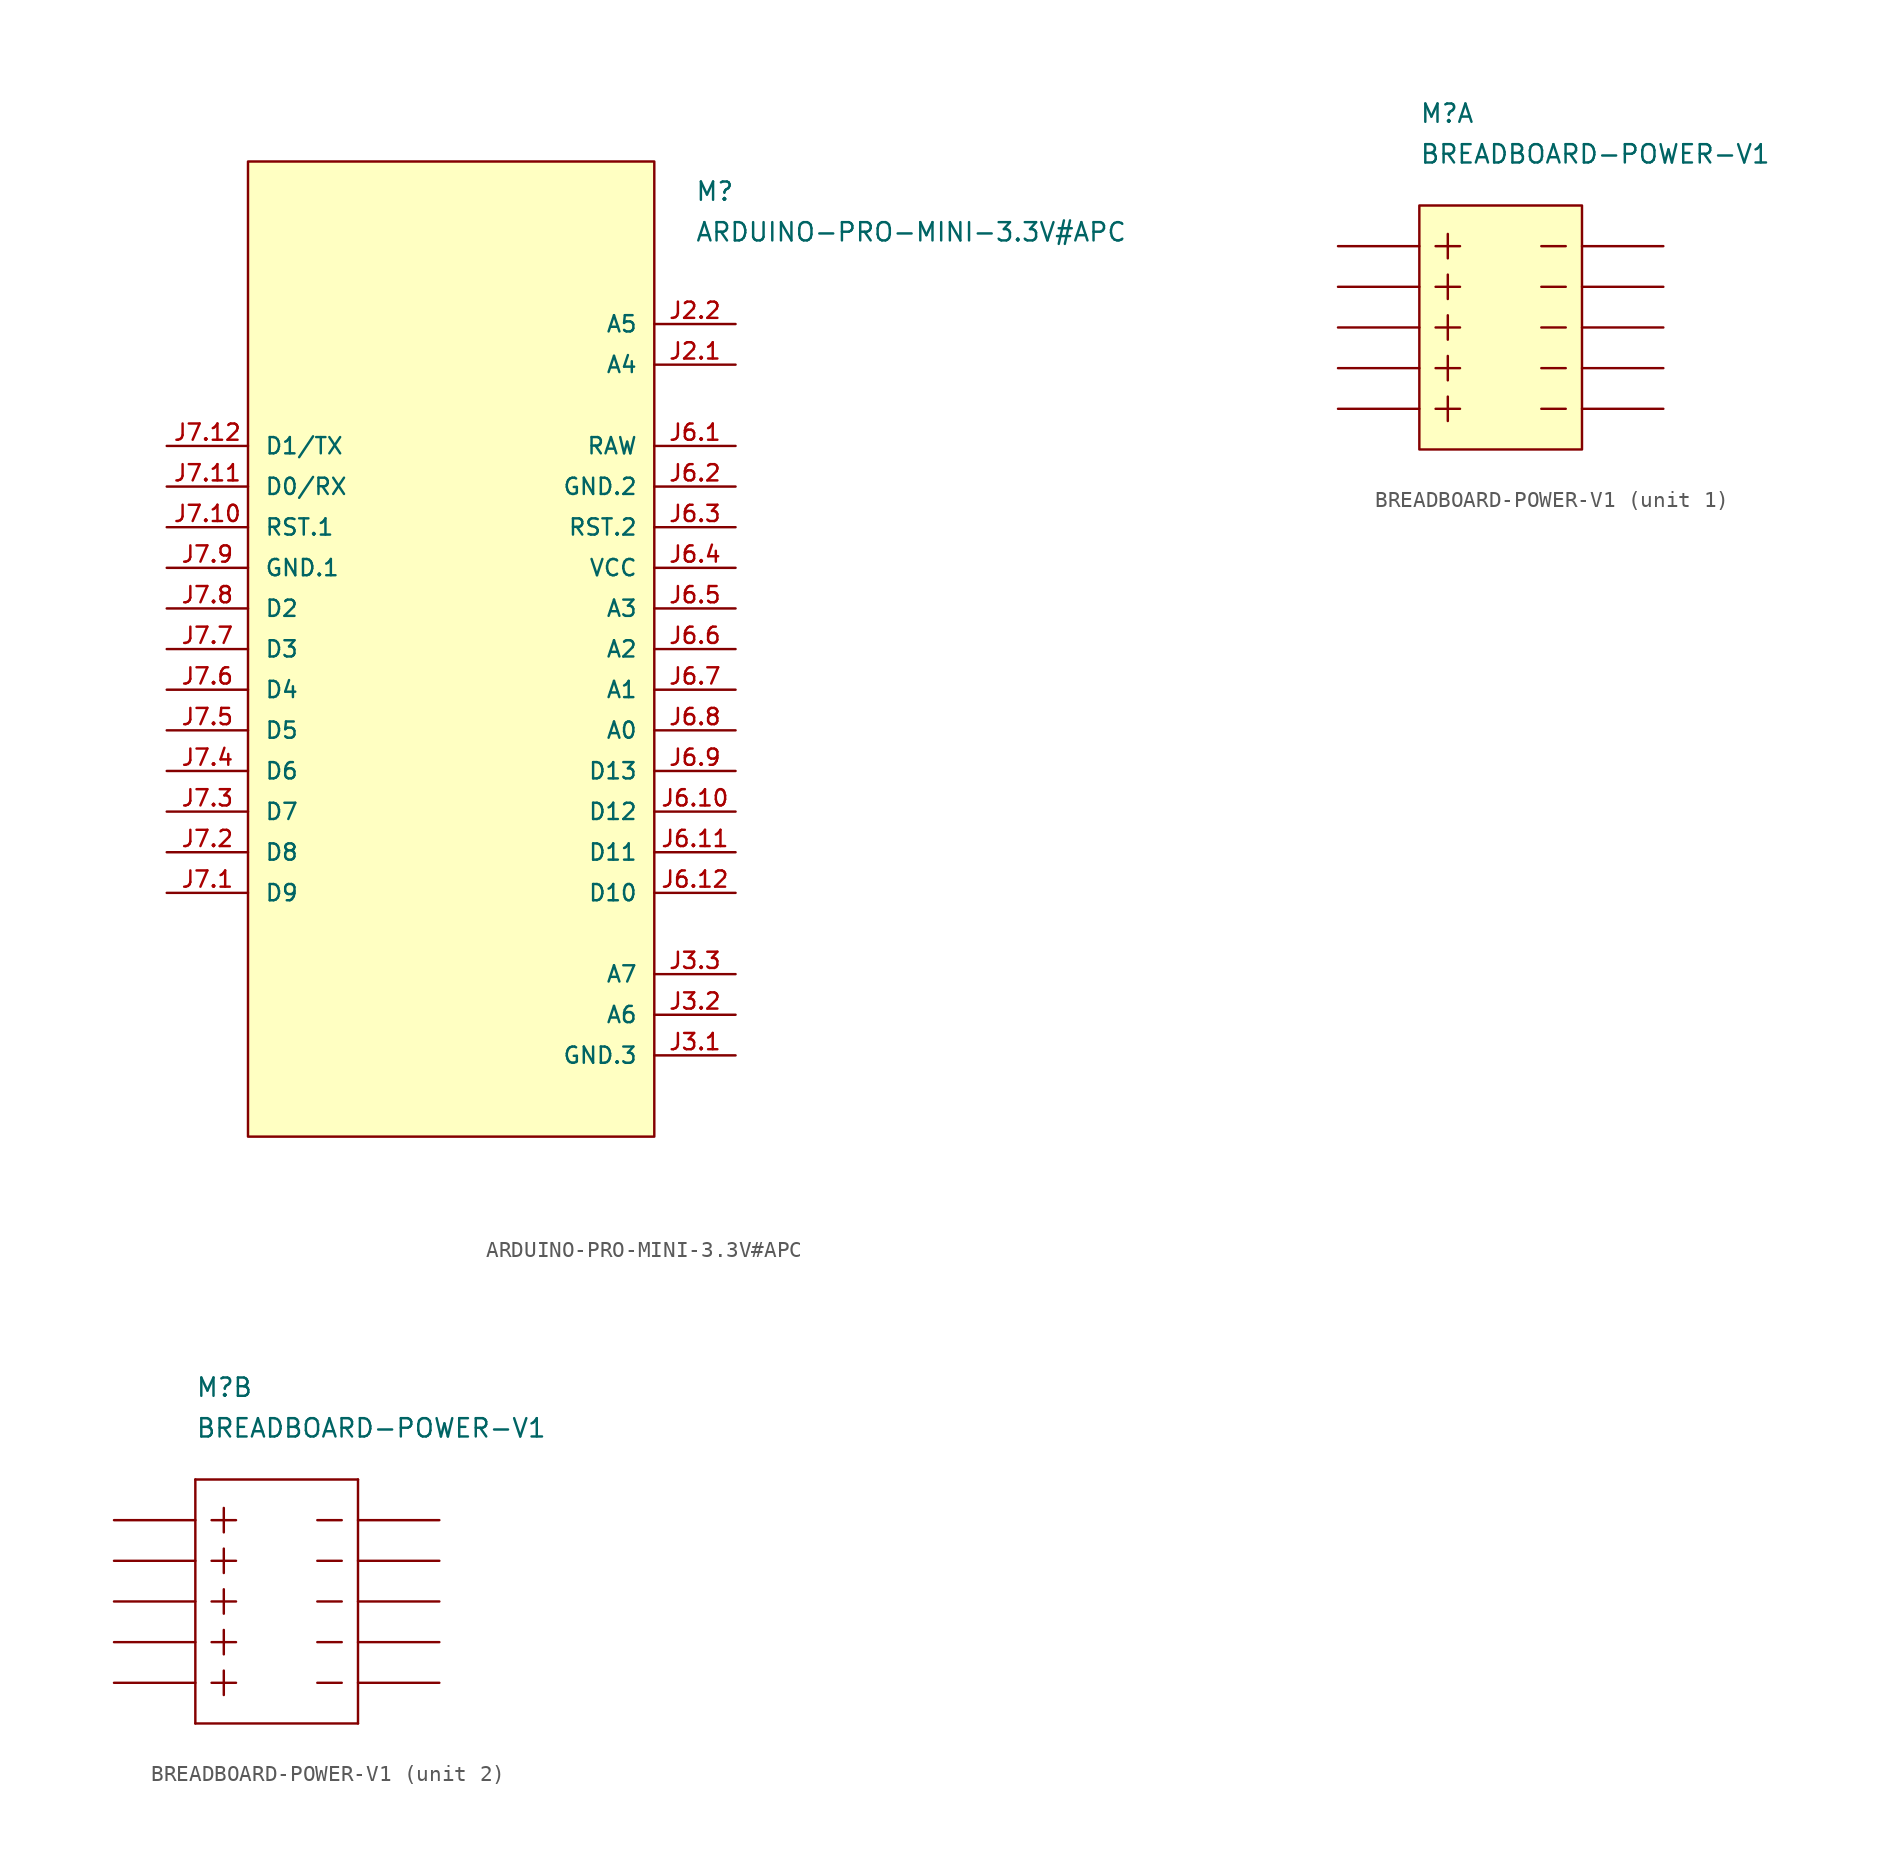
<source format=kicad_sym>
(kicad_symbol_lib
  (version 20211014)
  (generator kicad_symbol_editor)
  (symbol "ARDUINO-PRO-MINI-3.3V#APC"
    (pin_names
      (offset 1.016))
    (property "Reference" "M"
      (at 15.24 27.94 0)
      (effects (font (size 1.143 1.143)) (justify left bottom)))
    (property "Value" "ARDUINO-PRO-MINI-3.3V#APC"
      (at 15.24 25.4 0)
      (effects (font (size 1.143 1.143)) (justify left bottom)))
    (property "ki_locked" ""
      (at 0 0 0)
      (effects (font (size 1.27 1.27))))
    (symbol "ARDUINO-PRO-MINI-3.3V#APC_1_1"
      (rectangle (start -12.7 30.48) (end 12.7 -30.48) (stroke (width 0) (type default) (color 0 0 0 0)) (fill (type background)))
      (pin bidirectional line (at 17.78 17.78 180) (length 5.08) (name "A4" (effects (font (size 1.016 1.016)))) (number "J2.1" (effects (font (size 1.016 1.016)))))
      (pin bidirectional line (at 17.78 20.32 180) (length 5.08) (name "A5" (effects (font (size 1.016 1.016)))) (number "J2.2" (effects (font (size 1.016 1.016)))))
      (pin bidirectional line (at 17.78 -25.4 180) (length 5.08) (name "GND.3" (effects (font (size 1.016 1.016)))) (number "J3.1" (effects (font (size 1.016 1.016)))))
      (pin bidirectional line (at 17.78 -22.86 180) (length 5.08) (name "A6" (effects (font (size 1.016 1.016)))) (number "J3.2" (effects (font (size 1.016 1.016)))))
      (pin bidirectional line (at 17.78 -20.32 180) (length 5.08) (name "A7" (effects (font (size 1.016 1.016)))) (number "J3.3" (effects (font (size 1.016 1.016)))))
      (pin power_in line (at 17.78 12.7 180) (length 5.08) (name "RAW" (effects (font (size 1.016 1.016)))) (number "J6.1" (effects (font (size 1.016 1.016)))))
      (pin bidirectional line (at 17.78 -10.16 180) (length 5.08) (name "D12" (effects (font (size 1.016 1.016)))) (number "J6.10" (effects (font (size 1.016 1.016)))))
      (pin bidirectional line (at 17.78 -12.7 180) (length 5.08) (name "D11" (effects (font (size 1.016 1.016)))) (number "J6.11" (effects (font (size 1.016 1.016)))))
      (pin bidirectional line (at 17.78 -15.24 180) (length 5.08) (name "D10" (effects (font (size 1.016 1.016)))) (number "J6.12" (effects (font (size 1.016 1.016)))))
      (pin power_in line (at 17.78 10.16 180) (length 5.08) (name "GND.2" (effects (font (size 1.016 1.016)))) (number "J6.2" (effects (font (size 1.016 1.016)))))
      (pin bidirectional line (at 17.78 7.62 180) (length 5.08) (name "RST.2" (effects (font (size 1.016 1.016)))) (number "J6.3" (effects (font (size 1.016 1.016)))))
      (pin power_in line (at 17.78 5.08 180) (length 5.08) (name "VCC" (effects (font (size 1.016 1.016)))) (number "J6.4" (effects (font (size 1.016 1.016)))))
      (pin bidirectional line (at 17.78 2.54 180) (length 5.08) (name "A3" (effects (font (size 1.016 1.016)))) (number "J6.5" (effects (font (size 1.016 1.016)))))
      (pin bidirectional line (at 17.78 0 180) (length 5.08) (name "A2" (effects (font (size 1.016 1.016)))) (number "J6.6" (effects (font (size 1.016 1.016)))))
      (pin bidirectional line (at 17.78 -2.54 180) (length 5.08) (name "A1" (effects (font (size 1.016 1.016)))) (number "J6.7" (effects (font (size 1.016 1.016)))))
      (pin bidirectional line (at 17.78 -5.08 180) (length 5.08) (name "A0" (effects (font (size 1.016 1.016)))) (number "J6.8" (effects (font (size 1.016 1.016)))))
      (pin bidirectional line (at 17.78 -7.62 180) (length 5.08) (name "D13" (effects (font (size 1.016 1.016)))) (number "J6.9" (effects (font (size 1.016 1.016)))))
      (pin bidirectional line (at -17.78 -15.24 0) (length 5.08) (name "D9" (effects (font (size 1.016 1.016)))) (number "J7.1" (effects (font (size 1.016 1.016)))))
      (pin bidirectional line (at -17.78 7.62 0) (length 5.08) (name "RST.1" (effects (font (size 1.016 1.016)))) (number "J7.10" (effects (font (size 1.016 1.016)))))
      (pin bidirectional line (at -17.78 10.16 0) (length 5.08) (name "D0/RX" (effects (font (size 1.016 1.016)))) (number "J7.11" (effects (font (size 1.016 1.016)))))
      (pin bidirectional line (at -17.78 12.7 0) (length 5.08) (name "D1/TX" (effects (font (size 1.016 1.016)))) (number "J7.12" (effects (font (size 1.016 1.016)))))
      (pin bidirectional line (at -17.78 -12.7 0) (length 5.08) (name "D8" (effects (font (size 1.016 1.016)))) (number "J7.2" (effects (font (size 1.016 1.016)))))
      (pin bidirectional line (at -17.78 -10.16 0) (length 5.08) (name "D7" (effects (font (size 1.016 1.016)))) (number "J7.3" (effects (font (size 1.016 1.016)))))
      (pin bidirectional line (at -17.78 -7.62 0) (length 5.08) (name "D6" (effects (font (size 1.016 1.016)))) (number "J7.4" (effects (font (size 1.016 1.016)))))
      (pin bidirectional line (at -17.78 -5.08 0) (length 5.08) (name "D5" (effects (font (size 1.016 1.016)))) (number "J7.5" (effects (font (size 1.016 1.016)))))
      (pin bidirectional line (at -17.78 -2.54 0) (length 5.08) (name "D4" (effects (font (size 1.016 1.016)))) (number "J7.6" (effects (font (size 1.016 1.016)))))
      (pin bidirectional line (at -17.78 0 0) (length 5.08) (name "D3" (effects (font (size 1.016 1.016)))) (number "J7.7" (effects (font (size 1.016 1.016)))))
      (pin bidirectional line (at -17.78 2.54 0) (length 5.08) (name "D2" (effects (font (size 1.016 1.016)))) (number "J7.8" (effects (font (size 1.016 1.016)))))
      (pin power_in line (at -17.78 5.08 0) (length 5.08) (name "GND.1" (effects (font (size 1.016 1.016)))) (number "J7.9" (effects (font (size 1.016 1.016)))))))
  (symbol "BREADBOARD-POWER-V1"
    (pin_numbers hide)
    (pin_names
      (offset 1.016) hide)
    (property "Reference" "M"
      (at -5.08 12.7 0)
      (effects (font (size 1.143 1.143)) (justify left bottom)))
    (property "Value" "BREADBOARD-POWER-V1"
      (at -5.08 10.16 0)
      (effects (font (size 1.143 1.143)) (justify left bottom)))
    (property "ki_locked" ""
      (at 0 0 0)
      (effects (font (size 1.27 1.27))))
    (symbol "BREADBOARD-POWER-V1_1_0"
      (rectangle (start -5.08 7.62) (end 5.08 -7.62) (stroke (width 0) (type default) (color 0 0 0 0)) (fill (type background)))
      (polyline (pts (xy -3.302 -5.842) (xy -3.302 -4.318)) (stroke (width 0) (type default) (color 0 0 0 0)) (fill (type none)))
      (polyline (pts (xy -3.302 -3.302) (xy -3.302 -1.778)) (stroke (width 0) (type default) (color 0 0 0 0)) (fill (type none)))
      (polyline (pts (xy -3.302 -0.762) (xy -3.302 0.762)) (stroke (width 0) (type default) (color 0 0 0 0)) (fill (type none)))
      (polyline (pts (xy -3.302 1.778) (xy -3.302 3.302)) (stroke (width 0) (type default) (color 0 0 0 0)) (fill (type none)))
      (polyline (pts (xy -3.302 4.318) (xy -3.302 5.842)) (stroke (width 0) (type default) (color 0 0 0 0)) (fill (type none)))
      (polyline (pts (xy -2.54 -5.08) (xy -4.064 -5.08)) (stroke (width 0) (type default) (color 0 0 0 0)) (fill (type none)))
      (polyline (pts (xy -2.54 -2.54) (xy -4.064 -2.54)) (stroke (width 0) (type default) (color 0 0 0 0)) (fill (type none)))
      (polyline (pts (xy -2.54 0) (xy -4.064 0)) (stroke (width 0) (type default) (color 0 0 0 0)) (fill (type none)))
      (polyline (pts (xy -2.54 2.54) (xy -4.064 2.54)) (stroke (width 0) (type default) (color 0 0 0 0)) (fill (type none)))
      (polyline (pts (xy -2.54 5.08) (xy -4.064 5.08)) (stroke (width 0) (type default) (color 0 0 0 0)) (fill (type none)))
      (polyline (pts (xy 2.54 -5.08) (xy 4.064 -5.08)) (stroke (width 0) (type default) (color 0 0 0 0)) (fill (type none)))
      (polyline (pts (xy 2.54 -2.54) (xy 4.064 -2.54)) (stroke (width 0) (type default) (color 0 0 0 0)) (fill (type none)))
      (polyline (pts (xy 2.54 0) (xy 4.064 0)) (stroke (width 0) (type default) (color 0 0 0 0)) (fill (type none)))
      (polyline (pts (xy 2.54 2.54) (xy 4.064 2.54)) (stroke (width 0) (type default) (color 0 0 0 0)) (fill (type none)))
      (polyline (pts (xy 2.54 5.08) (xy 4.064 5.08)) (stroke (width 0) (type default) (color 0 0 0 0)) (fill (type none))))
    (symbol "BREADBOARD-POWER-V1_1_1"
      (pin bidirectional line (at 10.16 5.08 180) (length 5.08) (name "M.1" (effects (font (size 1.016 1.016)))) (number "A.M.1" (effects (font (size 1.016 1.016)))))
      (pin bidirectional line (at 10.16 2.54 180) (length 5.08) (name "M.2" (effects (font (size 1.016 1.016)))) (number "A.M.2" (effects (font (size 1.016 1.016)))))
      (pin bidirectional line (at 10.16 0 180) (length 5.08) (name "M.3" (effects (font (size 1.016 1.016)))) (number "A.M.3" (effects (font (size 1.016 1.016)))))
      (pin bidirectional line (at 10.16 -2.54 180) (length 5.08) (name "M.4" (effects (font (size 1.016 1.016)))) (number "A.M.4" (effects (font (size 1.016 1.016)))))
      (pin bidirectional line (at 10.16 -5.08 180) (length 5.08) (name "M.5" (effects (font (size 1.016 1.016)))) (number "A.M.5" (effects (font (size 1.016 1.016)))))
      (pin bidirectional line (at -10.16 5.08 0) (length 5.08) (name "P.1" (effects (font (size 1.016 1.016)))) (number "A.P.1" (effects (font (size 1.016 1.016)))))
      (pin bidirectional line (at -10.16 2.54 0) (length 5.08) (name "P.2" (effects (font (size 1.016 1.016)))) (number "A.P.2" (effects (font (size 1.016 1.016)))))
      (pin bidirectional line (at -10.16 0 0) (length 5.08) (name "P.3" (effects (font (size 1.016 1.016)))) (number "A.P.3" (effects (font (size 1.016 1.016)))))
      (pin bidirectional line (at -10.16 -2.54 0) (length 5.08) (name "P.4" (effects (font (size 1.016 1.016)))) (number "A.P.4" (effects (font (size 1.016 1.016)))))
      (pin bidirectional line (at -10.16 -5.08 0) (length 5.08) (name "P.5" (effects (font (size 1.016 1.016)))) (number "A.P.5" (effects (font (size 1.016 1.016))))))
    (symbol "BREADBOARD-POWER-V1_2_0"
      (polyline (pts (xy -5.08 -7.62) (xy 5.08 -7.62)) (stroke (width 0) (type default) (color 0 0 0 0)) (fill (type none)))
      (polyline (pts (xy -5.08 7.62) (xy -5.08 -7.62)) (stroke (width 0) (type default) (color 0 0 0 0)) (fill (type none)))
      (polyline (pts (xy -3.302 -5.842) (xy -3.302 -4.318)) (stroke (width 0) (type default) (color 0 0 0 0)) (fill (type none)))
      (polyline (pts (xy -3.302 -3.302) (xy -3.302 -1.778)) (stroke (width 0) (type default) (color 0 0 0 0)) (fill (type none)))
      (polyline (pts (xy -3.302 -0.762) (xy -3.302 0.762)) (stroke (width 0) (type default) (color 0 0 0 0)) (fill (type none)))
      (polyline (pts (xy -3.302 1.778) (xy -3.302 3.302)) (stroke (width 0) (type default) (color 0 0 0 0)) (fill (type none)))
      (polyline (pts (xy -3.302 4.318) (xy -3.302 5.842)) (stroke (width 0) (type default) (color 0 0 0 0)) (fill (type none)))
      (polyline (pts (xy -2.54 -5.08) (xy -4.064 -5.08)) (stroke (width 0) (type default) (color 0 0 0 0)) (fill (type none)))
      (polyline (pts (xy -2.54 -2.54) (xy -4.064 -2.54)) (stroke (width 0) (type default) (color 0 0 0 0)) (fill (type none)))
      (polyline (pts (xy -2.54 0) (xy -4.064 0)) (stroke (width 0) (type default) (color 0 0 0 0)) (fill (type none)))
      (polyline (pts (xy -2.54 2.54) (xy -4.064 2.54)) (stroke (width 0) (type default) (color 0 0 0 0)) (fill (type none)))
      (polyline (pts (xy -2.54 5.08) (xy -4.064 5.08)) (stroke (width 0) (type default) (color 0 0 0 0)) (fill (type none)))
      (polyline (pts (xy 2.54 -5.08) (xy 4.064 -5.08)) (stroke (width 0) (type default) (color 0 0 0 0)) (fill (type none)))
      (polyline (pts (xy 2.54 -2.54) (xy 4.064 -2.54)) (stroke (width 0) (type default) (color 0 0 0 0)) (fill (type none)))
      (polyline (pts (xy 2.54 0) (xy 4.064 0)) (stroke (width 0) (type default) (color 0 0 0 0)) (fill (type none)))
      (polyline (pts (xy 2.54 2.54) (xy 4.064 2.54)) (stroke (width 0) (type default) (color 0 0 0 0)) (fill (type none)))
      (polyline (pts (xy 2.54 5.08) (xy 4.064 5.08)) (stroke (width 0) (type default) (color 0 0 0 0)) (fill (type none)))
      (polyline (pts (xy 5.08 -7.62) (xy 5.08 7.62)) (stroke (width 0) (type default) (color 0 0 0 0)) (fill (type none)))
      (polyline (pts (xy 5.08 7.62) (xy -5.08 7.62)) (stroke (width 0) (type default) (color 0 0 0 0)) (fill (type none))))
    (symbol "BREADBOARD-POWER-V1_2_1"
      (pin bidirectional line (at 10.16 5.08 180) (length 5.08) (name "M.1" (effects (font (size 1.016 1.016)))) (number "B.M.1" (effects (font (size 1.016 1.016)))))
      (pin bidirectional line (at 10.16 2.54 180) (length 5.08) (name "M.2" (effects (font (size 1.016 1.016)))) (number "B.M.2" (effects (font (size 1.016 1.016)))))
      (pin bidirectional line (at 10.16 0 180) (length 5.08) (name "M.3" (effects (font (size 1.016 1.016)))) (number "B.M.3" (effects (font (size 1.016 1.016)))))
      (pin bidirectional line (at 10.16 -2.54 180) (length 5.08) (name "M.4" (effects (font (size 1.016 1.016)))) (number "B.M.4" (effects (font (size 1.016 1.016)))))
      (pin bidirectional line (at 10.16 -5.08 180) (length 5.08) (name "M.5" (effects (font (size 1.016 1.016)))) (number "B.M.5" (effects (font (size 1.016 1.016)))))
      (pin bidirectional line (at -10.16 5.08 0) (length 5.08) (name "P.1" (effects (font (size 1.016 1.016)))) (number "B.P.1" (effects (font (size 1.016 1.016)))))
      (pin bidirectional line (at -10.16 2.54 0) (length 5.08) (name "P.2" (effects (font (size 1.016 1.016)))) (number "B.P.2" (effects (font (size 1.016 1.016)))))
      (pin bidirectional line (at -10.16 0 0) (length 5.08) (name "P.3" (effects (font (size 1.016 1.016)))) (number "B.P.3" (effects (font (size 1.016 1.016)))))
      (pin bidirectional line (at -10.16 -2.54 0) (length 5.08) (name "P.4" (effects (font (size 1.016 1.016)))) (number "B.P.4" (effects (font (size 1.016 1.016)))))
      (pin bidirectional line (at -10.16 -5.08 0) (length 5.08) (name "P.5" (effects (font (size 1.016 1.016)))) (number "B.P.5" (effects (font (size 1.016 1.016))))))))
</source>
